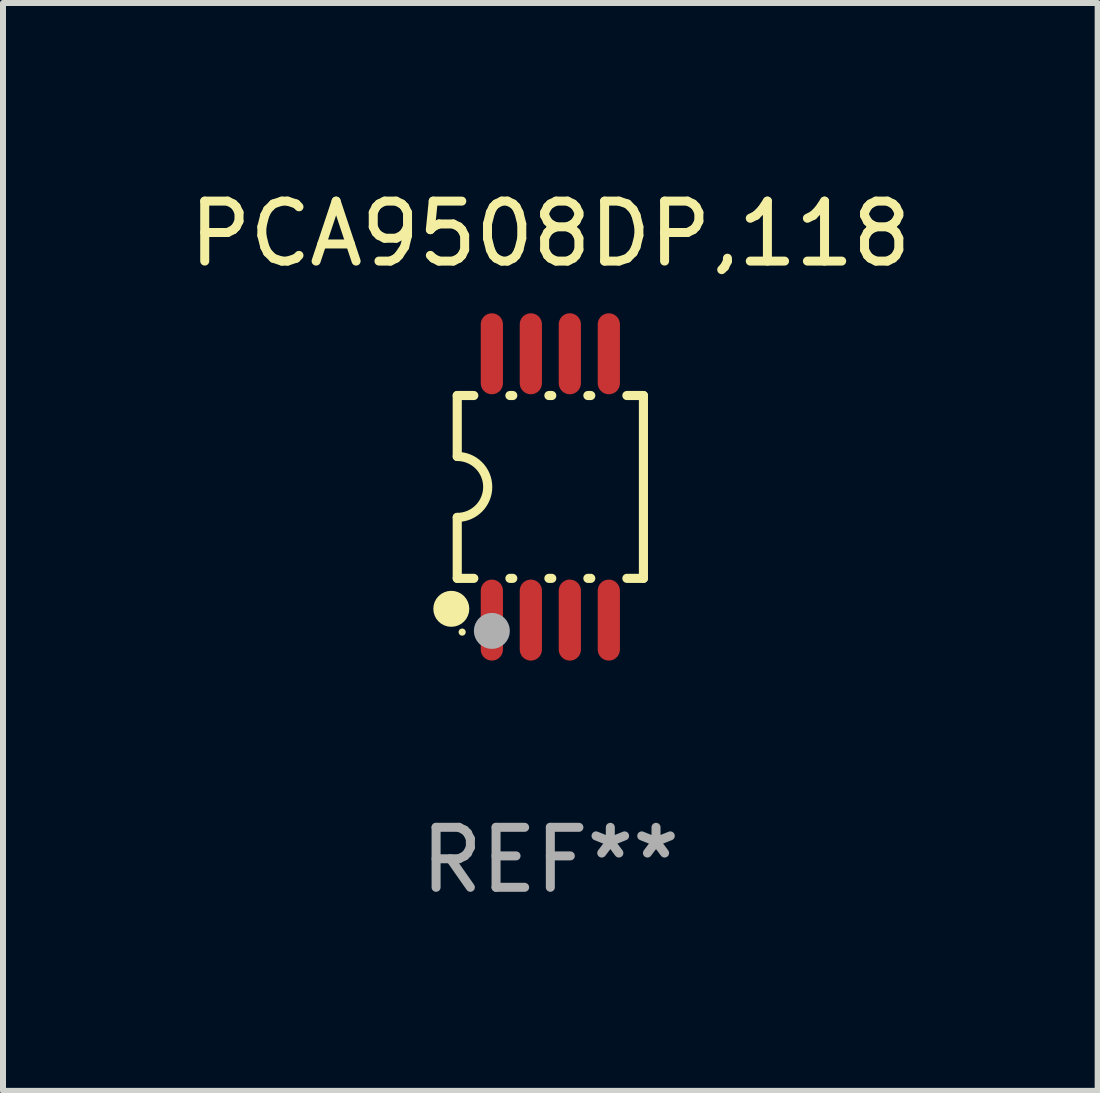
<source format=kicad_pcb>
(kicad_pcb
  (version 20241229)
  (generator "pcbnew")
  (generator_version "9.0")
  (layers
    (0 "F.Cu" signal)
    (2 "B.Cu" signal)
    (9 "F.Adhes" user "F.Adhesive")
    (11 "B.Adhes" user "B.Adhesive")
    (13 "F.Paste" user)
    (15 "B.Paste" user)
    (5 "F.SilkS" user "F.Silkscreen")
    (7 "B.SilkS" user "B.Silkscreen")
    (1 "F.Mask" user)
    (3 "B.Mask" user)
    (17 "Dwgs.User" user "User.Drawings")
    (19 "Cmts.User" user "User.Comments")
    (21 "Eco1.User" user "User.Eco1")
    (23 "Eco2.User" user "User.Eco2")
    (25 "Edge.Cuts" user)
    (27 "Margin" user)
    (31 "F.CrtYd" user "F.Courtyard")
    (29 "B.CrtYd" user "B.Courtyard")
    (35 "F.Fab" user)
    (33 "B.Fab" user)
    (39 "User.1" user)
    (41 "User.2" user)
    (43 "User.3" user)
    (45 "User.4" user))
  (footprint "PCA9508DP,118"
    (layer "F.Cu")
    (at 6.125 5.068)
    (property "Reference" "PCA9508DP,118" (at 0 -4.22 0) (layer "F.SilkS") (effects (font (size 1 1) (thickness 0.15))))
    (attr through_hole)
    (fp_line (start -1.552 -1.524) (end -1.276 -1.524) (stroke (width 0.152) (type solid)) (layer "F.SilkS"))
    (fp_line (start -1.552 -0.508) (end -1.552 -1.524) (stroke (width 0.152) (type solid)) (layer "F.SilkS"))
    (fp_line (start -1.552 1.524) (end -1.552 0.508) (stroke (width 0.152) (type solid)) (layer "F.SilkS"))
    (fp_line (start -1.552 1.524) (end -1.276 1.524) (stroke (width 0.152) (type solid)) (layer "F.SilkS"))
    (fp_line (start -0.674 -1.524) (end -0.626 -1.524) (stroke (width 0.152) (type solid)) (layer "F.SilkS"))
    (fp_line (start -0.674 1.524) (end -0.626 1.524) (stroke (width 0.152) (type solid)) (layer "F.SilkS"))
    (fp_line (start -0.024 -1.524) (end 0.024 -1.524) (stroke (width 0.152) (type solid)) (layer "F.SilkS"))
    (fp_line (start -0.024 1.524) (end 0.024 1.524) (stroke (width 0.152) (type solid)) (layer "F.SilkS"))
    (fp_line (start 0.626 -1.524) (end 0.674 -1.524) (stroke (width 0.152) (type solid)) (layer "F.SilkS"))
    (fp_line (start 0.626 1.524) (end 0.674 1.524) (stroke (width 0.152) (type solid)) (layer "F.SilkS"))
    (fp_line (start 1.276 1.524) (end 1.552 1.524) (stroke (width 0.152) (type solid)) (layer "F.SilkS"))
    (fp_line (start 1.276 -1.524) (end 1.552 -1.524) (stroke (width 0.152) (type solid)) (layer "F.SilkS"))
    (fp_line (start 1.552 -1.524) (end 1.552 1.524) (stroke (width 0.152) (type solid)) (layer "F.SilkS"))
    (fp_arc (start -1.551943 -0.508001) (mid -1.043942 0) (end -1.551943 0.508001) (stroke (width 0.151994) (type solid)) (layer "F.SilkS"))
    (fp_circle (center -1.651 2.032) (end -1.501 2.032) (stroke (width 0.3) (type solid)) (fill no) (layer "F.SilkS"))
    (fp_circle (center -1.47 2.42) (end -1.44 2.42) (stroke (width 0.06) (type solid)) (fill no) (layer "F.SilkS"))
    (fp_circle (center -0.975 2.4) (end -0.825 2.4) (stroke (width 0.3) (type solid)) (fill no) (layer "F.Fab"))
    (fp_text user "REF**" (at 0 6.22 0) (layer "F.Fab") (effects (font (size 1 1) (thickness 0.15))))
    (pad "1" smd oval (at -0.975 2.22) (size 0.37 1.35) (layers "F.Cu" "F.Mask" "F.Paste"))
    (pad "2" smd oval (at -0.325 2.22) (size 0.37 1.35) (layers "F.Cu" "F.Mask" "F.Paste"))
    (pad "3" smd oval (at 0.325 2.22) (size 0.37 1.35) (layers "F.Cu" "F.Mask" "F.Paste"))
    (pad "4" smd oval (at 0.975 2.22) (size 0.37 1.35) (layers "F.Cu" "F.Mask" "F.Paste"))
    (pad "5" smd oval (at 0.975 -2.22) (size 0.37 1.35) (layers "F.Cu" "F.Mask" "F.Paste"))
    (pad "6" smd oval (at 0.325 -2.22) (size 0.37 1.35) (layers "F.Cu" "F.Mask" "F.Paste"))
    (pad "7" smd oval (at -0.325 -2.22) (size 0.37 1.35) (layers "F.Cu" "F.Mask" "F.Paste"))
    (pad "8" smd oval (at -0.975 -2.22) (size 0.37 1.35) (layers "F.Cu" "F.Mask" "F.Paste")))
  (gr_rect
    (start -3 -3)
    (end 15.25 15.137)
    (stroke (width 0.1) (type default))
    (fill no)
    (layer "Edge.Cuts")))
</source>
